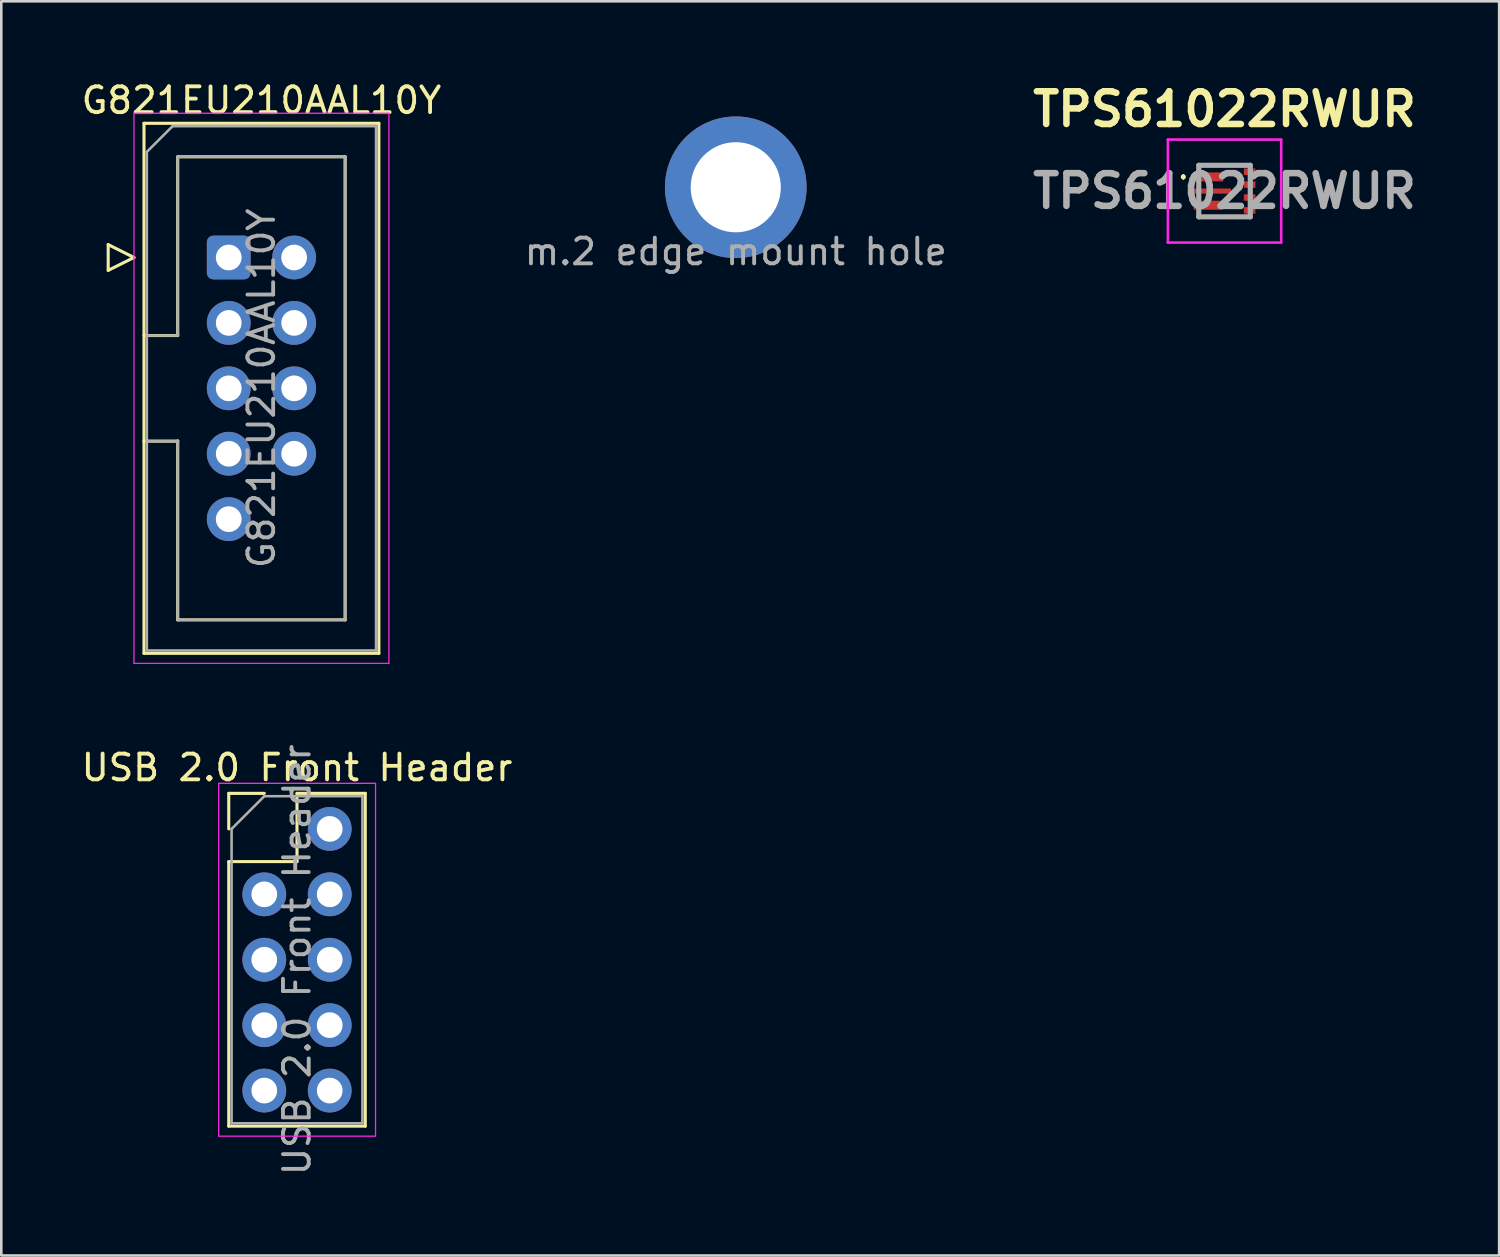
<source format=kicad_pcb>
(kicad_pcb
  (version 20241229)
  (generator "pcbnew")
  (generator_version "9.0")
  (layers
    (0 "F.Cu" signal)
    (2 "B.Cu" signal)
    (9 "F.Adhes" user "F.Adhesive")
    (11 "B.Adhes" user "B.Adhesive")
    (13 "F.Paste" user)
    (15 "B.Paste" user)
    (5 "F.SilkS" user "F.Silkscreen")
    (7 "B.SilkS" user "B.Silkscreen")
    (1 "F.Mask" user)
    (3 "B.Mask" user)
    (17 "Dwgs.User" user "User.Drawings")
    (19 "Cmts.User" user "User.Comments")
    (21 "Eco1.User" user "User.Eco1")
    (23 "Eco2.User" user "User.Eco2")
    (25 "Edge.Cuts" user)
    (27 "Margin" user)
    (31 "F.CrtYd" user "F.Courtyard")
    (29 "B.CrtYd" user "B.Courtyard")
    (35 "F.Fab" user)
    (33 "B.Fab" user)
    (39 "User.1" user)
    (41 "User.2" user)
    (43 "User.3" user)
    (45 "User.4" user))
  (footprint "TPS61022RWUR"
    (layer "F.Cu")
    (at 44.496 4.369)
    (property "Reference" "TPS61022RWUR" (at 0 -3.18 0) (layer "F.SilkS") (effects (font (size 1.27 1.27) (thickness 0.254))))
    (attr smd)
    (fp_line (start -1.6 -0.6) (end -1.6 -0.6) (stroke (width 0.1) (type solid)) (layer "F.SilkS"))
    (fp_line (start -1.6 -0.5) (end -1.6 -0.5) (stroke (width 0.1) (type solid)) (layer "F.SilkS"))
    (fp_line (start -1 -1) (end 1 -1) (stroke (width 0.1) (type solid)) (layer "F.SilkS"))
    (fp_line (start -1 1) (end 1 1) (stroke (width 0.1) (type solid)) (layer "F.SilkS"))
    (fp_arc (start -1.6 -0.6) (mid -1.55 -0.55) (end -1.6 -0.5) (stroke (width 0.1) (type solid)) (layer "F.SilkS"))
    (fp_arc (start -1.6 -0.5) (mid -1.65 -0.55) (end -1.6 -0.6) (stroke (width 0.1) (type solid)) (layer "F.SilkS"))
    (fp_line (start -2.2 -2) (end 2.2 -2) (stroke (width 0.1) (type solid)) (layer "F.CrtYd"))
    (fp_line (start -2.2 2) (end -2.2 -2) (stroke (width 0.1) (type solid)) (layer "F.CrtYd"))
    (fp_line (start 2.2 -2) (end 2.2 2) (stroke (width 0.1) (type solid)) (layer "F.CrtYd"))
    (fp_line (start 2.2 2) (end -2.2 2) (stroke (width 0.1) (type solid)) (layer "F.CrtYd"))
    (fp_line (start -1 -1) (end 1 -1) (stroke (width 0.2) (type solid)) (layer "F.Fab"))
    (fp_line (start -1 1) (end -1 -1) (stroke (width 0.2) (type solid)) (layer "F.Fab"))
    (fp_line (start 1 -1) (end 1 1) (stroke (width 0.2) (type solid)) (layer "F.Fab"))
    (fp_line (start 1 1) (end -1 1) (stroke (width 0.2) (type solid)) (layer "F.Fab"))
    (fp_text user "${REFERENCE}" (at 0 0 0) (layer "F.Fab") (effects (font (size 1.27 1.27) (thickness 0.254))))
    (pad "1" smd rect (at -0.625 -0.55 90) (size 0.35 1.15) (layers "F.Cu" "F.Mask" "F.Paste"))
    (pad "2" smd rect (at -0.475 0 90) (size 0.2 1.45) (layers "F.Cu" "F.Mask" "F.Paste"))
    (pad "3" smd rect (at -0.625 0.55 90) (size 0.35 1.15) (layers "F.Cu" "F.Mask" "F.Paste"))
    (pad "4" smd rect (at 0.975 0.75 90) (size 0.25 0.45) (layers "F.Cu" "F.Mask" "F.Paste"))
    (pad "5" smd rect (at 0.975 0.25 90) (size 0.25 0.45) (layers "F.Cu" "F.Mask" "F.Paste"))
    (pad "6" smd rect (at 0.975 -0.25 90) (size 0.25 0.45) (layers "F.Cu" "F.Mask" "F.Paste"))
    (pad "7" smd rect (at 0.975 -0.75 90) (size 0.25 0.45) (layers "F.Cu" "F.Mask" "F.Paste")))
  (footprint "G821EU210AAL10Y"
    (layer "F.Cu")
    (at 5.831 6.948)
    (property "Reference" "G821EU210AAL10Y" (at 1.27 -6.1 0) (layer "F.SilkS") (effects (font (size 1 1) (thickness 0.15))))
    (attr through_hole)
    (fp_line (start -4.68 -0.5) (end -4.68 0.5) (stroke (width 0.12) (type solid)) (layer "F.SilkS"))
    (fp_line (start -4.68 0.5) (end -3.68 0) (stroke (width 0.12) (type solid)) (layer "F.SilkS"))
    (fp_line (start -3.68 0) (end -4.68 -0.5) (stroke (width 0.12) (type solid)) (layer "F.SilkS"))
    (fp_line (start -3.29 -5.21) (end 5.83 -5.21) (stroke (width 0.12) (type solid)) (layer "F.SilkS"))
    (fp_line (start -3.29 3.03) (end -1.98 3.03) (stroke (width 0.12) (type solid)) (layer "F.SilkS"))
    (fp_line (start -3.29 15.37) (end -3.29 -5.21) (stroke (width 0.12) (type solid)) (layer "F.SilkS"))
    (fp_line (start -1.98 -3.91) (end 4.52 -3.91) (stroke (width 0.12) (type solid)) (layer "F.SilkS"))
    (fp_line (start -1.98 3.03) (end -1.98 -3.91) (stroke (width 0.12) (type solid)) (layer "F.SilkS"))
    (fp_line (start -1.98 7.13) (end -3.29 7.13) (stroke (width 0.12) (type solid)) (layer "F.SilkS"))
    (fp_line (start -1.98 7.13) (end -1.98 7.13) (stroke (width 0.12) (type solid)) (layer "F.SilkS"))
    (fp_line (start -1.98 14.07) (end -1.98 7.13) (stroke (width 0.12) (type solid)) (layer "F.SilkS"))
    (fp_line (start 4.52 -3.91) (end 4.52 14.07) (stroke (width 0.12) (type solid)) (layer "F.SilkS"))
    (fp_line (start 4.52 14.07) (end -1.98 14.07) (stroke (width 0.12) (type solid)) (layer "F.SilkS"))
    (fp_line (start 5.83 -5.21) (end 5.83 15.37) (stroke (width 0.12) (type solid)) (layer "F.SilkS"))
    (fp_line (start 5.83 15.37) (end -3.29 15.37) (stroke (width 0.12) (type solid)) (layer "F.SilkS"))
    (fp_line (start -3.68 -5.6) (end -3.68 15.76) (stroke (width 0.05) (type solid)) (layer "F.CrtYd"))
    (fp_line (start -3.68 15.76) (end 6.22 15.76) (stroke (width 0.05) (type solid)) (layer "F.CrtYd"))
    (fp_line (start 6.22 -5.6) (end -3.68 -5.6) (stroke (width 0.05) (type solid)) (layer "F.CrtYd"))
    (fp_line (start 6.22 15.76) (end 6.22 -5.6) (stroke (width 0.05) (type solid)) (layer "F.CrtYd"))
    (fp_line (start -3.18 -4.1) (end -2.18 -5.1) (stroke (width 0.1) (type solid)) (layer "F.Fab"))
    (fp_line (start -3.18 3.03) (end -1.98 3.03) (stroke (width 0.1) (type solid)) (layer "F.Fab"))
    (fp_line (start -3.18 15.26) (end -3.18 -4.1) (stroke (width 0.1) (type solid)) (layer "F.Fab"))
    (fp_line (start -2.18 -5.1) (end 5.72 -5.1) (stroke (width 0.1) (type solid)) (layer "F.Fab"))
    (fp_line (start -1.98 -3.91) (end 4.52 -3.91) (stroke (width 0.1) (type solid)) (layer "F.Fab"))
    (fp_line (start -1.98 3.03) (end -1.98 -3.91) (stroke (width 0.1) (type solid)) (layer "F.Fab"))
    (fp_line (start -1.98 7.13) (end -3.18 7.13) (stroke (width 0.1) (type solid)) (layer "F.Fab"))
    (fp_line (start -1.98 7.13) (end -1.98 7.13) (stroke (width 0.1) (type solid)) (layer "F.Fab"))
    (fp_line (start -1.98 14.07) (end -1.98 7.13) (stroke (width 0.1) (type solid)) (layer "F.Fab"))
    (fp_line (start 4.52 -3.91) (end 4.52 14.07) (stroke (width 0.1) (type solid)) (layer "F.Fab"))
    (fp_line (start 4.52 14.07) (end -1.98 14.07) (stroke (width 0.1) (type solid)) (layer "F.Fab"))
    (fp_line (start 5.72 -5.1) (end 5.72 15.26) (stroke (width 0.1) (type solid)) (layer "F.Fab"))
    (fp_line (start 5.72 15.26) (end -3.18 15.26) (stroke (width 0.1) (type solid)) (layer "F.Fab"))
    (fp_text user "${REFERENCE}" (at 1.27 5.08 90) (layer "F.Fab") (effects (font (size 1 1) (thickness 0.15))))
    (pad "1" thru_hole roundrect (at 0 0) (size 1.7 1.7) (drill 1) (layers "*.Cu" "*.Mask") (roundrect_rratio 0.147))
    (pad "2" thru_hole circle (at 2.54 0) (size 1.7 1.7) (drill 1) (layers "*.Cu" "*.Mask"))
    (pad "3" thru_hole circle (at 0 2.54) (size 1.7 1.7) (drill 1) (layers "*.Cu" "*.Mask"))
    (pad "4" thru_hole circle (at 2.54 2.54) (size 1.7 1.7) (drill 1) (layers "*.Cu" "*.Mask"))
    (pad "5" thru_hole circle (at 0 5.08) (size 1.7 1.7) (drill 1) (layers "*.Cu" "*.Mask"))
    (pad "6" thru_hole circle (at 2.54 5.08) (size 1.7 1.7) (drill 1) (layers "*.Cu" "*.Mask"))
    (pad "7" thru_hole circle (at 0 7.62) (size 1.7 1.7) (drill 1) (layers "*.Cu" "*.Mask"))
    (pad "8" thru_hole circle (at 2.54 7.62) (size 1.7 1.7) (drill 1) (layers "*.Cu" "*.Mask"))
    (pad "9" thru_hole circle (at 0 10.16) (size 1.7 1.7) (drill 1) (layers "*.Cu" "*.Mask")))
  (footprint "m.2 edge mount hole"
    (layer "F.Cu")
    (at 25.518 4.221)
    (property "Reference" "m.2 edge mount hole" (at 0 -3.46 0) (unlocked yes) (layer "User.1") (effects (font (size 1 1) (thickness 0.1))))
    (attr through_hole)
    (fp_text user "${REFERENCE}" (at 0 2.5 0) (unlocked yes) (layer "F.Fab") (effects (font (size 1 1) (thickness 0.15))))
    (pad "1" thru_hole circle (at 0 0) (size 5.5 5.5) (drill 3.5) (property pad_prop_castellated) (layers "*.Cu" "*.Mask")))
  (footprint "USB 2.0 Front Header"
    (layer "F.Cu")
    (at 7.212 29.135)
    (property "Reference" "USB 2.0 Front Header" (at 1.27 -2.38 0) (layer "F.SilkS") (effects (font (size 1 1) (thickness 0.15))))
    (attr through_hole)
    (fp_line (start -1.38 -1.38) (end 0 -1.38) (stroke (width 0.12) (type solid)) (layer "F.SilkS"))
    (fp_line (start -1.38 0) (end -1.38 -1.38) (stroke (width 0.12) (type solid)) (layer "F.SilkS"))
    (fp_line (start -1.38 1.27) (end -1.38 11.54) (stroke (width 0.12) (type solid)) (layer "F.SilkS"))
    (fp_line (start -1.38 1.27) (end 1.27 1.27) (stroke (width 0.12) (type solid)) (layer "F.SilkS"))
    (fp_line (start -1.38 11.54) (end 3.92 11.54) (stroke (width 0.12) (type solid)) (layer "F.SilkS"))
    (fp_line (start 1.27 -1.38) (end 3.92 -1.38) (stroke (width 0.12) (type solid)) (layer "F.SilkS"))
    (fp_line (start 1.27 1.27) (end 1.27 -1.38) (stroke (width 0.12) (type solid)) (layer "F.SilkS"))
    (fp_line (start 3.92 -1.38) (end 3.92 11.54) (stroke (width 0.12) (type solid)) (layer "F.SilkS"))
    (fp_line (start -1.77 -1.77) (end -1.77 11.93) (stroke (width 0.05) (type solid)) (layer "F.CrtYd"))
    (fp_line (start -1.77 11.93) (end 4.32 11.93) (stroke (width 0.05) (type solid)) (layer "F.CrtYd"))
    (fp_line (start 4.32 -1.77) (end -1.77 -1.77) (stroke (width 0.05) (type solid)) (layer "F.CrtYd"))
    (fp_line (start 4.32 11.93) (end 4.32 -1.77) (stroke (width 0.05) (type solid)) (layer "F.CrtYd"))
    (fp_line (start -1.27 0) (end 0 -1.27) (stroke (width 0.1) (type solid)) (layer "F.Fab"))
    (fp_line (start -1.27 11.43) (end -1.27 0) (stroke (width 0.1) (type solid)) (layer "F.Fab"))
    (fp_line (start 0 -1.27) (end 3.81 -1.27) (stroke (width 0.1) (type solid)) (layer "F.Fab"))
    (fp_line (start 3.81 -1.27) (end 3.81 11.43) (stroke (width 0.1) (type solid)) (layer "F.Fab"))
    (fp_line (start 3.81 11.43) (end -1.27 11.43) (stroke (width 0.1) (type solid)) (layer "F.Fab"))
    (fp_text user "${REFERENCE}" (at 1.27 5.08 90) (layer "F.Fab") (effects (font (size 1 1) (thickness 0.15))))
    (pad "1" thru_hole circle (at 2.54 10.16) (size 1.7 1.7) (drill 1) (layers "*.Cu" "*.Mask"))
    (pad "2" thru_hole circle (at 0 10.16) (size 1.7 1.7) (drill 1) (layers "*.Cu" "*.Mask"))
    (pad "3" thru_hole circle (at 2.54 7.62) (size 1.7 1.7) (drill 1) (layers "*.Cu" "*.Mask"))
    (pad "4" thru_hole circle (at 0 7.62) (size 1.7 1.7) (drill 1) (layers "*.Cu" "*.Mask"))
    (pad "5" thru_hole circle (at 2.54 5.08) (size 1.7 1.7) (drill 1) (layers "*.Cu" "*.Mask"))
    (pad "6" thru_hole circle (at 0 5.08) (size 1.7 1.7) (drill 1) (layers "*.Cu" "*.Mask"))
    (pad "7" thru_hole circle (at 2.54 2.54) (size 1.7 1.7) (drill 1) (layers "*.Cu" "*.Mask"))
    (pad "8" thru_hole circle (at 0 2.54) (size 1.7 1.7) (drill 1) (layers "*.Cu" "*.Mask"))
    (pad "9" thru_hole circle (at 2.54 0) (size 1.7 1.7) (drill 1) (layers "*.Cu" "*.Mask")))
  (gr_rect
    (start -3 -3)
    (end 55.158 45.698)
    (stroke (width 0.1) (type default))
    (fill no)
    (layer "Edge.Cuts")))
</source>
